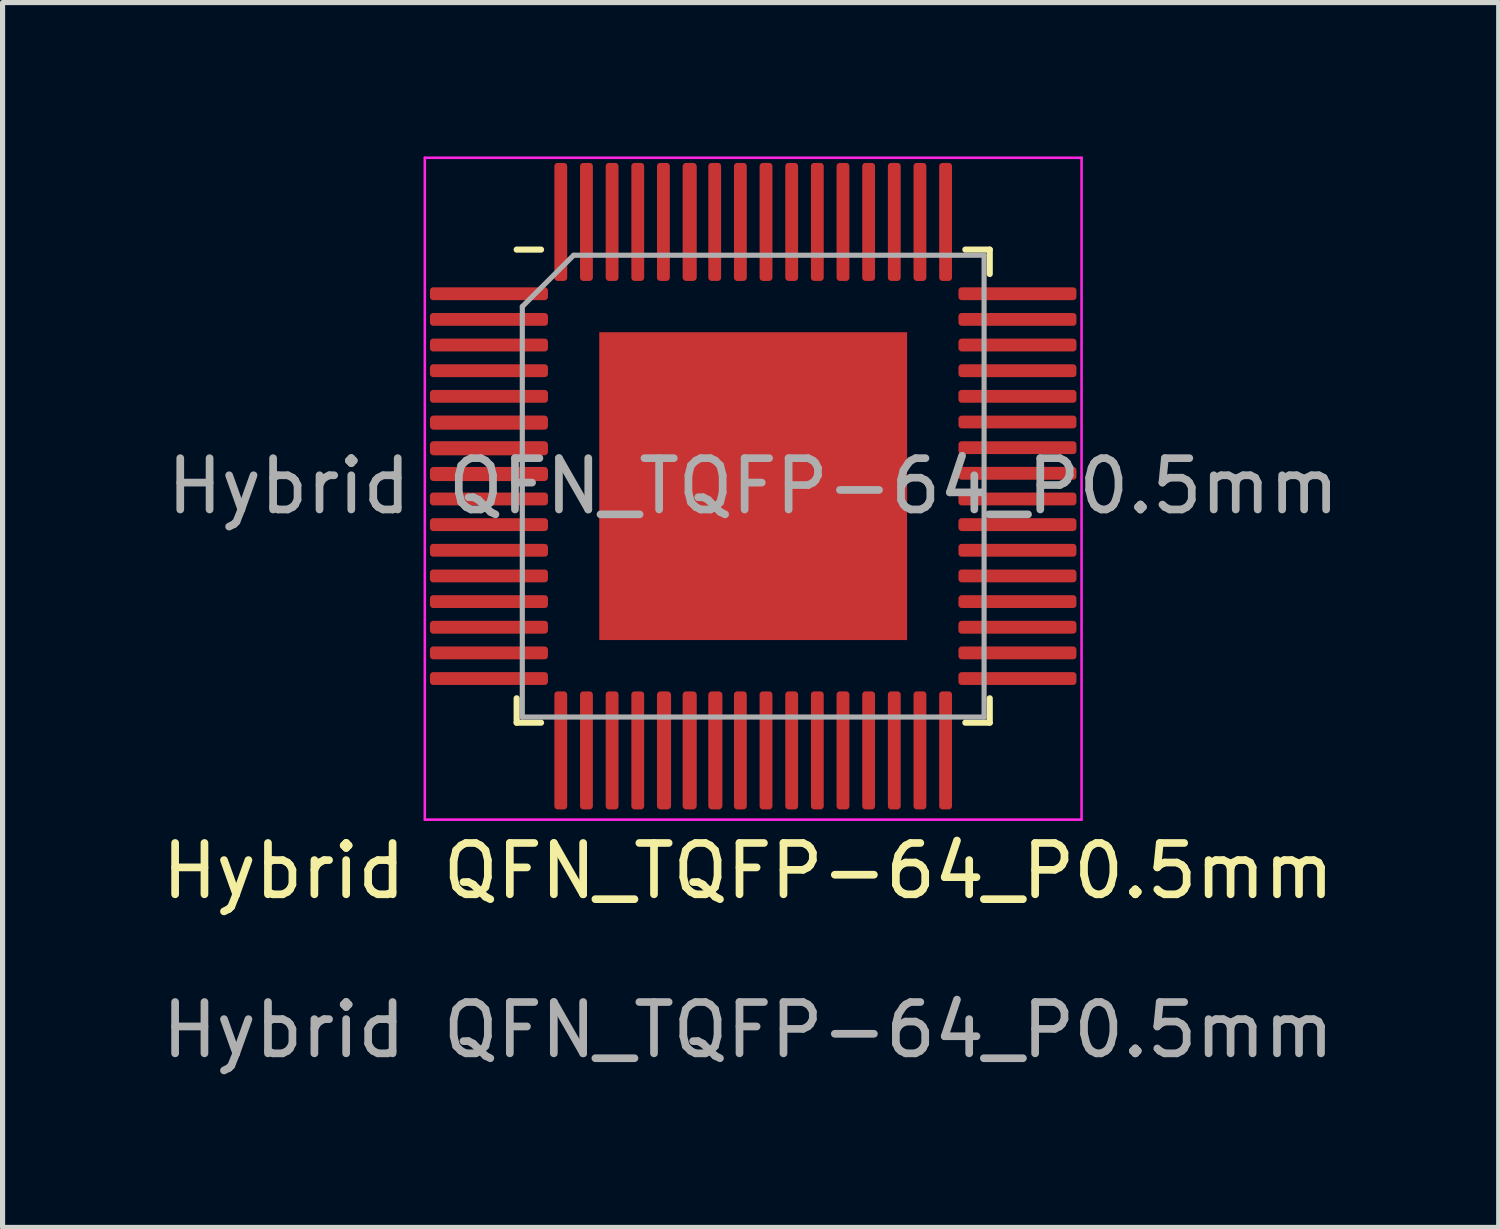
<source format=kicad_pcb>
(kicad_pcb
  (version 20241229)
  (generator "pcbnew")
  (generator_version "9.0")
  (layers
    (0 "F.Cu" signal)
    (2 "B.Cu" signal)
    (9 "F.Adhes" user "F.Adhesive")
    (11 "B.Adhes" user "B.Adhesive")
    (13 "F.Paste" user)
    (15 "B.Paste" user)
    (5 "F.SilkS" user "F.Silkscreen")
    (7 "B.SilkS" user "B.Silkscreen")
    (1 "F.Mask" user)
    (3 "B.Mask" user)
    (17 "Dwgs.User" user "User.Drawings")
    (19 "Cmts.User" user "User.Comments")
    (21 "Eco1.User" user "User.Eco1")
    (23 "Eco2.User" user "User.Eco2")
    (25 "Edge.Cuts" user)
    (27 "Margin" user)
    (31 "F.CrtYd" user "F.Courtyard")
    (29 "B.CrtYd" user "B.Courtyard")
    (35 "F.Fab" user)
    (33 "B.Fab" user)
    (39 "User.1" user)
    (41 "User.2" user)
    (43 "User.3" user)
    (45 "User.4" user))
  (footprint "Hybrid QFN_TQFP-64_P0.5mm"
    (layer "F.Cu")
    (at 11.63 6.425)
    (property "Reference" "Hybrid QFN_TQFP-64_P0.5mm" (at -0.1 7.5 0) (unlocked yes) (layer "F.SilkS") (effects (font (size 1 1) (thickness 0.15))))
    (attr smd)
    (fp_line (start -4.61 4.61) (end -4.61 4.135) (stroke (width 0.12) (type solid)) (layer "F.SilkS"))
    (fp_line (start -4.135 -4.61) (end -4.61 -4.61) (stroke (width 0.12) (type solid)) (layer "F.SilkS"))
    (fp_line (start -4.135 4.61) (end -4.61 4.61) (stroke (width 0.12) (type solid)) (layer "F.SilkS"))
    (fp_line (start 4.135 -4.61) (end 4.61 -4.61) (stroke (width 0.12) (type solid)) (layer "F.SilkS"))
    (fp_line (start 4.135 4.61) (end 4.61 4.61) (stroke (width 0.12) (type solid)) (layer "F.SilkS"))
    (fp_line (start 4.61 -4.61) (end 4.61 -4.135) (stroke (width 0.12) (type solid)) (layer "F.SilkS"))
    (fp_line (start 4.61 4.61) (end 4.61 4.135) (stroke (width 0.12) (type solid)) (layer "F.SilkS"))
    (fp_line (start -6.4 -6.4) (end -6.4 6.5) (stroke (width 0.05) (type solid)) (layer "F.CrtYd"))
    (fp_line (start 6.4 -6.4) (end -6.4 -6.4) (stroke (width 0.05) (type solid)) (layer "F.CrtYd"))
    (fp_line (start 6.4 -6.4) (end 6.4 6.5) (stroke (width 0.05) (type solid)) (layer "F.CrtYd"))
    (fp_line (start 6.4 6.5) (end -6.4 6.5) (stroke (width 0.05) (type solid)) (layer "F.CrtYd"))
    (fp_line (start -4.5 -3.5) (end -3.5 -4.5) (stroke (width 0.1) (type solid)) (layer "F.Fab"))
    (fp_line (start -4.5 4.5) (end -4.5 -3.5) (stroke (width 0.1) (type solid)) (layer "F.Fab"))
    (fp_line (start -3.5 -4.5) (end 4.5 -4.5) (stroke (width 0.1) (type solid)) (layer "F.Fab"))
    (fp_line (start 4.5 -4.5) (end 4.5 4.5) (stroke (width 0.1) (type solid)) (layer "F.Fab"))
    (fp_line (start 4.5 4.5) (end -4.5 4.5) (stroke (width 0.1) (type solid)) (layer "F.Fab"))
    (fp_text user "${REFERENCE}" (at 0 0 0) (layer "F.Fab") (effects (font (size 1 1) (thickness 0.15))))
    (fp_text user "${REFERENCE}" (at -0.1 10.6 0) (unlocked yes) (layer "F.Fab") (effects (font (size 1 1) (thickness 0.15))))
    (pad "" smd roundrect (at -2.25 -2.25) (size 1.21 1.21) (layers "F.Paste") (roundrect_rratio 0.207))
    (pad "" smd roundrect (at -2.25 -0.75) (size 1.21 1.21) (layers "F.Paste") (roundrect_rratio 0.207))
    (pad "" smd roundrect (at -2.25 0.75) (size 1.21 1.21) (layers "F.Paste") (roundrect_rratio 0.207))
    (pad "" smd roundrect (at -2.25 2.25) (size 1.21 1.21) (layers "F.Paste") (roundrect_rratio 0.207))
    (pad "" smd roundrect (at -0.75 -2.25) (size 1.21 1.21) (layers "F.Paste") (roundrect_rratio 0.207))
    (pad "" smd roundrect (at -0.75 -0.75) (size 1.21 1.21) (layers "F.Paste") (roundrect_rratio 0.207))
    (pad "" smd roundrect (at -0.75 0.75) (size 1.21 1.21) (layers "F.Paste") (roundrect_rratio 0.207))
    (pad "" smd roundrect (at -0.75 2.25) (size 1.21 1.21) (layers "F.Paste") (roundrect_rratio 0.207))
    (pad "" smd roundrect (at 0.75 -2.25) (size 1.21 1.21) (layers "F.Paste") (roundrect_rratio 0.207))
    (pad "" smd roundrect (at 0.75 -0.75) (size 1.21 1.21) (layers "F.Paste") (roundrect_rratio 0.207))
    (pad "" smd roundrect (at 0.75 0.75) (size 1.21 1.21) (layers "F.Paste") (roundrect_rratio 0.207))
    (pad "" smd roundrect (at 0.75 2.25) (size 1.21 1.21) (layers "F.Paste") (roundrect_rratio 0.207))
    (pad "" smd roundrect (at 2.25 -2.25) (size 1.21 1.21) (layers "F.Paste") (roundrect_rratio 0.207))
    (pad "" smd roundrect (at 2.25 -0.75) (size 1.21 1.21) (layers "F.Paste") (roundrect_rratio 0.207))
    (pad "" smd roundrect (at 2.25 0.75) (size 1.21 1.21) (layers "F.Paste") (roundrect_rratio 0.207))
    (pad "" smd roundrect (at 2.25 2.25) (size 1.21 1.21) (layers "F.Paste") (roundrect_rratio 0.207))
    (pad "1" smd roundrect (at -5.15 -3.75) (size 2.3 0.25) (layers "F.Cu" "F.Mask" "F.Paste") (roundrect_rratio 0.25))
    (pad "2" smd roundrect (at -5.15 -3.25) (size 2.3 0.25) (layers "F.Cu" "F.Mask" "F.Paste") (roundrect_rratio 0.25))
    (pad "3" smd roundrect (at -5.15 -2.75) (size 2.3 0.25) (layers "F.Cu" "F.Mask" "F.Paste") (roundrect_rratio 0.25))
    (pad "4" smd roundrect (at -5.15 -2.25) (size 2.3 0.25) (layers "F.Cu" "F.Mask" "F.Paste") (roundrect_rratio 0.25))
    (pad "5" smd roundrect (at -5.15 -1.75) (size 2.3 0.25) (layers "F.Cu" "F.Mask" "F.Paste") (roundrect_rratio 0.25))
    (pad "6" smd roundrect (at -5.15 -1.238) (size 2.3 0.275) (layers "F.Cu" "F.Mask" "F.Paste") (roundrect_rratio 0.25))
    (pad "7" smd roundrect (at -5.15 -0.738) (size 2.3 0.275) (layers "F.Cu" "F.Mask" "F.Paste") (roundrect_rratio 0.25))
    (pad "8" smd roundrect (at -5.15 -0.237) (size 2.3 0.275) (layers "F.Cu" "F.Mask" "F.Paste") (roundrect_rratio 0.25))
    (pad "9" smd roundrect (at -5.15 0.25) (size 2.3 0.25) (layers "F.Cu" "F.Mask" "F.Paste") (roundrect_rratio 0.25))
    (pad "10" smd roundrect (at -5.15 0.75) (size 2.3 0.25) (layers "F.Cu" "F.Mask" "F.Paste") (roundrect_rratio 0.25))
    (pad "11" smd roundrect (at -5.15 1.25) (size 2.3 0.25) (layers "F.Cu" "F.Mask" "F.Paste") (roundrect_rratio 0.25))
    (pad "12" smd roundrect (at -5.15 1.75) (size 2.3 0.25) (layers "F.Cu" "F.Mask" "F.Paste") (roundrect_rratio 0.25))
    (pad "13" smd roundrect (at -5.15 2.25) (size 2.3 0.25) (layers "F.Cu" "F.Mask" "F.Paste") (roundrect_rratio 0.25))
    (pad "14" smd roundrect (at -5.15 2.75) (size 2.3 0.25) (layers "F.Cu" "F.Mask" "F.Paste") (roundrect_rratio 0.25))
    (pad "15" smd roundrect (at -5.15 3.25) (size 2.3 0.25) (layers "F.Cu" "F.Mask" "F.Paste") (roundrect_rratio 0.25))
    (pad "16" smd roundrect (at -5.15 3.75) (size 2.3 0.25) (layers "F.Cu" "F.Mask" "F.Paste") (roundrect_rratio 0.25))
    (pad "17" smd roundrect (at -3.75 5.15) (size 0.25 2.3) (layers "F.Cu" "F.Mask" "F.Paste") (roundrect_rratio 0.25))
    (pad "18" smd roundrect (at -3.25 5.15) (size 0.25 2.3) (layers "F.Cu" "F.Mask" "F.Paste") (roundrect_rratio 0.25))
    (pad "19" smd roundrect (at -2.75 5.15) (size 0.25 2.3) (layers "F.Cu" "F.Mask" "F.Paste") (roundrect_rratio 0.25))
    (pad "20" smd roundrect (at -2.25 5.15) (size 0.25 2.3) (layers "F.Cu" "F.Mask" "F.Paste") (roundrect_rratio 0.25))
    (pad "21" smd roundrect (at -1.738 5.15) (size 0.275 2.3) (layers "F.Cu" "F.Mask" "F.Paste") (roundrect_rratio 0.25))
    (pad "22" smd roundrect (at -1.238 5.15) (size 0.275 2.3) (layers "F.Cu" "F.Mask" "F.Paste") (roundrect_rratio 0.25))
    (pad "23" smd roundrect (at -0.738 5.15) (size 0.275 2.3) (layers "F.Cu" "F.Mask" "F.Paste") (roundrect_rratio 0.25))
    (pad "24" smd roundrect (at -0.25 5.15) (size 0.25 2.3) (layers "F.Cu" "F.Mask" "F.Paste") (roundrect_rratio 0.25))
    (pad "25" smd roundrect (at 0.25 5.15) (size 0.25 2.3) (layers "F.Cu" "F.Mask" "F.Paste") (roundrect_rratio 0.25))
    (pad "26" smd roundrect (at 0.75 5.15) (size 0.25 2.3) (layers "F.Cu" "F.Mask" "F.Paste") (roundrect_rratio 0.25))
    (pad "27" smd roundrect (at 1.25 5.15) (size 0.25 2.3) (layers "F.Cu" "F.Mask" "F.Paste") (roundrect_rratio 0.25))
    (pad "28" smd roundrect (at 1.75 5.15) (size 0.25 2.3) (layers "F.Cu" "F.Mask" "F.Paste") (roundrect_rratio 0.25))
    (pad "29" smd roundrect (at 2.25 5.15) (size 0.25 2.3) (layers "F.Cu" "F.Mask" "F.Paste") (roundrect_rratio 0.25))
    (pad "30" smd roundrect (at 2.75 5.15) (size 0.25 2.3) (layers "F.Cu" "F.Mask" "F.Paste") (roundrect_rratio 0.25))
    (pad "31" smd roundrect (at 3.25 5.15) (size 0.25 2.3) (layers "F.Cu" "F.Mask" "F.Paste") (roundrect_rratio 0.25))
    (pad "32" smd roundrect (at 3.75 5.15) (size 0.25 2.3) (layers "F.Cu" "F.Mask" "F.Paste") (roundrect_rratio 0.25))
    (pad "33" smd roundrect (at 5.15 3.75) (size 2.3 0.25) (layers "F.Cu" "F.Mask" "F.Paste") (roundrect_rratio 0.25))
    (pad "34" smd roundrect (at 5.15 3.25) (size 2.3 0.25) (layers "F.Cu" "F.Mask" "F.Paste") (roundrect_rratio 0.25))
    (pad "35" smd roundrect (at 5.15 2.75) (size 2.3 0.25) (layers "F.Cu" "F.Mask" "F.Paste") (roundrect_rratio 0.25))
    (pad "36" smd roundrect (at 5.15 2.25) (size 2.3 0.25) (layers "F.Cu" "F.Mask" "F.Paste") (roundrect_rratio 0.25))
    (pad "37" smd roundrect (at 5.15 1.75) (size 2.3 0.25) (layers "F.Cu" "F.Mask" "F.Paste") (roundrect_rratio 0.25))
    (pad "38" smd roundrect (at 5.15 1.25) (size 2.3 0.25) (layers "F.Cu" "F.Mask" "F.Paste") (roundrect_rratio 0.25))
    (pad "39" smd roundrect (at 5.15 0.75) (size 2.3 0.25) (layers "F.Cu" "F.Mask" "F.Paste") (roundrect_rratio 0.25))
    (pad "40" smd roundrect (at 5.15 0.25) (size 2.3 0.25) (layers "F.Cu" "F.Mask" "F.Paste") (roundrect_rratio 0.25))
    (pad "41" smd roundrect (at 5.15 -0.25) (size 2.3 0.25) (layers "F.Cu" "F.Mask" "F.Paste") (roundrect_rratio 0.25))
    (pad "42" smd roundrect (at 5.15 -0.75) (size 2.3 0.25) (layers "F.Cu" "F.Mask" "F.Paste") (roundrect_rratio 0.25))
    (pad "43" smd roundrect (at 5.15 -1.25) (size 2.3 0.25) (layers "F.Cu" "F.Mask" "F.Paste") (roundrect_rratio 0.25))
    (pad "44" smd roundrect (at 5.15 -1.75) (size 2.3 0.25) (layers "F.Cu" "F.Mask" "F.Paste") (roundrect_rratio 0.25))
    (pad "45" smd roundrect (at 5.15 -2.25) (size 2.3 0.25) (layers "F.Cu" "F.Mask" "F.Paste") (roundrect_rratio 0.25))
    (pad "46" smd roundrect (at 5.15 -2.75) (size 2.3 0.25) (layers "F.Cu" "F.Mask" "F.Paste") (roundrect_rratio 0.25))
    (pad "47" smd roundrect (at 5.15 -3.25) (size 2.3 0.25) (layers "F.Cu" "F.Mask" "F.Paste") (roundrect_rratio 0.25))
    (pad "48" smd roundrect (at 5.15 -3.75) (size 2.3 0.25) (layers "F.Cu" "F.Mask" "F.Paste") (roundrect_rratio 0.25))
    (pad "49" smd roundrect (at 3.75 -5.15) (size 0.25 2.3) (layers "F.Cu" "F.Mask" "F.Paste") (roundrect_rratio 0.25))
    (pad "50" smd roundrect (at 3.25 -5.15) (size 0.25 2.3) (layers "F.Cu" "F.Mask" "F.Paste") (roundrect_rratio 0.25))
    (pad "51" smd roundrect (at 2.75 -5.15) (size 0.25 2.3) (layers "F.Cu" "F.Mask" "F.Paste") (roundrect_rratio 0.25))
    (pad "52" smd roundrect (at 2.25 -5.15) (size 0.25 2.3) (layers "F.Cu" "F.Mask" "F.Paste") (roundrect_rratio 0.25))
    (pad "53" smd roundrect (at 1.75 -5.15) (size 0.25 2.3) (layers "F.Cu" "F.Mask" "F.Paste") (roundrect_rratio 0.25))
    (pad "54" smd roundrect (at 1.25 -5.15) (size 0.25 2.3) (layers "F.Cu" "F.Mask" "F.Paste") (roundrect_rratio 0.25))
    (pad "55" smd roundrect (at 0.75 -5.15) (size 0.25 2.3) (layers "F.Cu" "F.Mask" "F.Paste") (roundrect_rratio 0.25))
    (pad "56" smd roundrect (at 0.25 -5.15) (size 0.25 2.3) (layers "F.Cu" "F.Mask" "F.Paste") (roundrect_rratio 0.25))
    (pad "57" smd roundrect (at -0.25 -5.15) (size 0.25 2.3) (layers "F.Cu" "F.Mask" "F.Paste") (roundrect_rratio 0.25))
    (pad "58" smd roundrect (at -0.75 -5.15) (size 0.25 2.3) (layers "F.Cu" "F.Mask" "F.Paste") (roundrect_rratio 0.25))
    (pad "59" smd roundrect (at -1.238 -5.15) (size 0.275 2.3) (layers "F.Cu" "F.Mask" "F.Paste") (roundrect_rratio 0.25))
    (pad "60" smd roundrect (at -1.75 -5.15) (size 0.25 2.3) (layers "F.Cu" "F.Mask" "F.Paste") (roundrect_rratio 0.25))
    (pad "61" smd roundrect (at -2.25 -5.15) (size 0.25 2.3) (layers "F.Cu" "F.Mask" "F.Paste") (roundrect_rratio 0.25))
    (pad "62" smd roundrect (at -2.75 -5.15) (size 0.25 2.3) (layers "F.Cu" "F.Mask" "F.Paste") (roundrect_rratio 0.25))
    (pad "63" smd roundrect (at -3.25 -5.15) (size 0.25 2.3) (layers "F.Cu" "F.Mask" "F.Paste") (roundrect_rratio 0.25))
    (pad "64" smd roundrect (at -3.75 -5.15) (size 0.25 2.3) (layers "F.Cu" "F.Mask" "F.Paste") (roundrect_rratio 0.25))
    (pad "65" smd rect (at 0 0) (size 6 6) (layers "F.Cu" "F.Mask")))
  (gr_rect
    (start -3 -3)
    (end 26.16 20.873)
    (stroke (width 0.1) (type default))
    (fill no)
    (layer "Edge.Cuts")))
</source>
